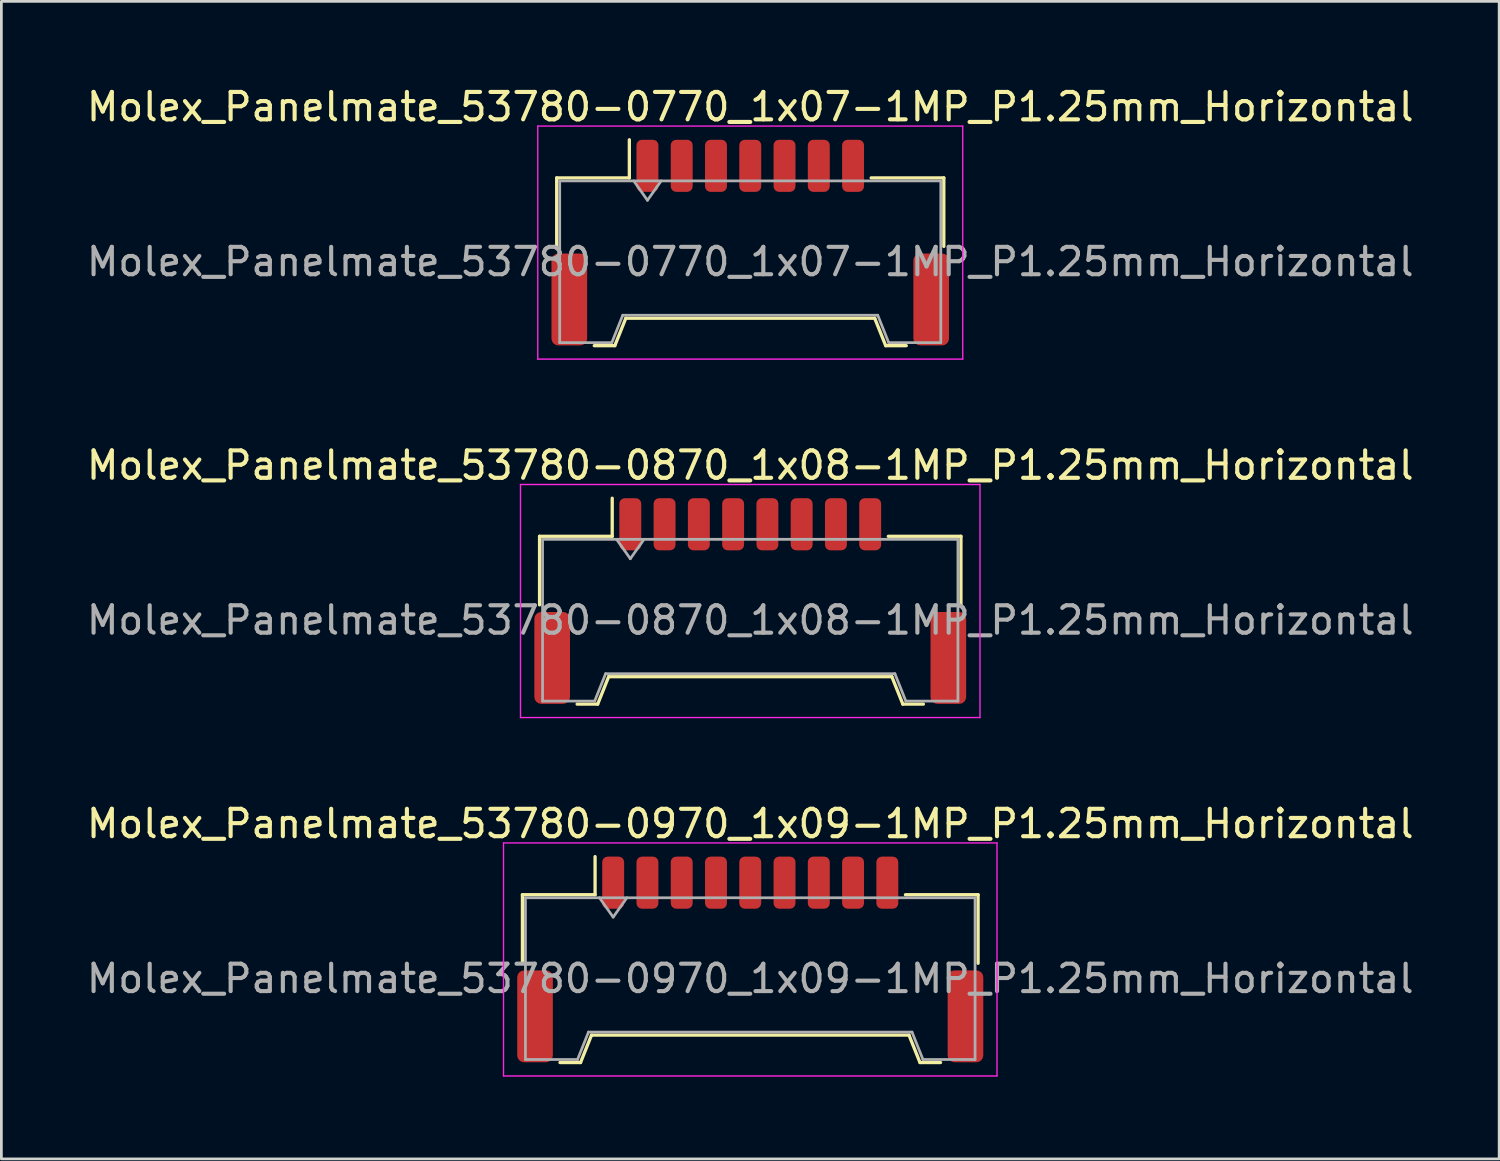
<source format=kicad_pcb>
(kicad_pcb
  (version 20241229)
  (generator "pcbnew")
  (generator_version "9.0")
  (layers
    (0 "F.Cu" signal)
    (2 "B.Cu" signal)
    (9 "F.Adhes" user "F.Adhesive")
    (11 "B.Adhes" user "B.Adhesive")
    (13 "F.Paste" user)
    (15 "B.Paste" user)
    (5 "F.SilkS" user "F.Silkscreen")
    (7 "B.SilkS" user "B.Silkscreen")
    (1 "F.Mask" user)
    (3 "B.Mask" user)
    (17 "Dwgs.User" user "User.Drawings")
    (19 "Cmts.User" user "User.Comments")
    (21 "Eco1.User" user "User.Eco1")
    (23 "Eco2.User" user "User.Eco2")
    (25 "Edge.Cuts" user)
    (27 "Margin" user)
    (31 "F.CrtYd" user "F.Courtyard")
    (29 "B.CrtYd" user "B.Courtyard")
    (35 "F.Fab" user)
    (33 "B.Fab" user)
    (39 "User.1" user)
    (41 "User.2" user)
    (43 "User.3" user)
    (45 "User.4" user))
  (footprint "Molex_Panelmate_53780-0970_1x09-1MP_P1.25mm_Horizontal"
    (layer "F.Cu")
    (at 24.315 31.945)
    (property "Reference" "Molex_Panelmate_53780-0970_1x09-1MP_P1.25mm_Horizontal" (at 0 -4.95 0) (layer "F.SilkS") (effects (font (size 1 1) (thickness 0.15))))
    (attr smd)
    (fp_line (start -8.31 -2.36) (end -5.66 -2.36) (stroke (width 0.12) (type solid)) (layer "F.SilkS"))
    (fp_line (start -8.31 0.14) (end -8.31 -2.36) (stroke (width 0.12) (type solid)) (layer "F.SilkS"))
    (fp_line (start -6.94 3.76) (end -6.19 3.76) (stroke (width 0.12) (type solid)) (layer "F.SilkS"))
    (fp_line (start -6.19 3.76) (end -5.79 2.76) (stroke (width 0.12) (type solid)) (layer "F.SilkS"))
    (fp_line (start -5.79 2.76) (end 5.79 2.76) (stroke (width 0.12) (type solid)) (layer "F.SilkS"))
    (fp_line (start -5.66 -2.36) (end -5.66 -3.75) (stroke (width 0.12) (type solid)) (layer "F.SilkS"))
    (fp_line (start 5.79 2.76) (end 6.19 3.76) (stroke (width 0.12) (type solid)) (layer "F.SilkS"))
    (fp_line (start 6.19 3.76) (end 6.94 3.76) (stroke (width 0.12) (type solid)) (layer "F.SilkS"))
    (fp_line (start 8.31 -2.36) (end 5.66 -2.36) (stroke (width 0.12) (type solid)) (layer "F.SilkS"))
    (fp_line (start 8.31 0.14) (end 8.31 -2.36) (stroke (width 0.12) (type solid)) (layer "F.SilkS"))
    (fp_line (start -9 -4.25) (end -9 4.25) (stroke (width 0.05) (type solid)) (layer "F.CrtYd"))
    (fp_line (start -9 4.25) (end 9 4.25) (stroke (width 0.05) (type solid)) (layer "F.CrtYd"))
    (fp_line (start 9 -4.25) (end -9 -4.25) (stroke (width 0.05) (type solid)) (layer "F.CrtYd"))
    (fp_line (start 9 4.25) (end 9 -4.25) (stroke (width 0.05) (type solid)) (layer "F.CrtYd"))
    (fp_line (start -8.2 -2.25) (end -8.2 3.65) (stroke (width 0.1) (type solid)) (layer "F.Fab"))
    (fp_line (start -8.2 -2.25) (end 8.2 -2.25) (stroke (width 0.1) (type solid)) (layer "F.Fab"))
    (fp_line (start -8.2 3.65) (end -6.3 3.65) (stroke (width 0.1) (type solid)) (layer "F.Fab"))
    (fp_line (start -6.3 3.65) (end -5.9 2.65) (stroke (width 0.1) (type solid)) (layer "F.Fab"))
    (fp_line (start -5.9 2.65) (end 5.9 2.65) (stroke (width 0.1) (type solid)) (layer "F.Fab"))
    (fp_line (start -5.5 -2.25) (end -5 -1.543) (stroke (width 0.1) (type solid)) (layer "F.Fab"))
    (fp_line (start -5 -1.543) (end -4.5 -2.25) (stroke (width 0.1) (type solid)) (layer "F.Fab"))
    (fp_line (start 5.9 2.65) (end 6.3 3.65) (stroke (width 0.1) (type solid)) (layer "F.Fab"))
    (fp_line (start 6.3 3.65) (end 8.2 3.65) (stroke (width 0.1) (type solid)) (layer "F.Fab"))
    (fp_line (start 8.2 -2.25) (end 8.2 3.65) (stroke (width 0.1) (type solid)) (layer "F.Fab"))
    (fp_text user "${REFERENCE}" (at 0 0.7 0) (layer "F.Fab") (effects (font (size 1 1) (thickness 0.15))))
    (pad "1" smd roundrect (at -5 -2.8) (size 0.8 1.9) (layers "F.Cu" "F.Mask" "F.Paste") (roundrect_rratio 0.25))
    (pad "2" smd roundrect (at -3.75 -2.8) (size 0.8 1.9) (layers "F.Cu" "F.Mask" "F.Paste") (roundrect_rratio 0.25))
    (pad "3" smd roundrect (at -2.5 -2.8) (size 0.8 1.9) (layers "F.Cu" "F.Mask" "F.Paste") (roundrect_rratio 0.25))
    (pad "4" smd roundrect (at -1.25 -2.8) (size 0.8 1.9) (layers "F.Cu" "F.Mask" "F.Paste") (roundrect_rratio 0.25))
    (pad "5" smd roundrect (at 0 -2.8) (size 0.8 1.9) (layers "F.Cu" "F.Mask" "F.Paste") (roundrect_rratio 0.25))
    (pad "6" smd roundrect (at 1.25 -2.8) (size 0.8 1.9) (layers "F.Cu" "F.Mask" "F.Paste") (roundrect_rratio 0.25))
    (pad "7" smd roundrect (at 2.5 -2.8) (size 0.8 1.9) (layers "F.Cu" "F.Mask" "F.Paste") (roundrect_rratio 0.25))
    (pad "8" smd roundrect (at 3.75 -2.8) (size 0.8 1.9) (layers "F.Cu" "F.Mask" "F.Paste") (roundrect_rratio 0.25))
    (pad "9" smd roundrect (at 5 -2.8) (size 0.8 1.9) (layers "F.Cu" "F.Mask" "F.Paste") (roundrect_rratio 0.25))
    (pad "MP" smd roundrect (at -7.85 2.075) (size 1.3 3.35) (layers "F.Cu" "F.Mask" "F.Paste") (roundrect_rratio 0.192))
    (pad "MP" smd roundrect (at 7.85 2.075) (size 1.3 3.35) (layers "F.Cu" "F.Mask" "F.Paste") (roundrect_rratio 0.192)))
  (footprint "Molex_Panelmate_53780-0870_1x08-1MP_P1.25mm_Horizontal"
    (layer "F.Cu")
    (at 24.315 18.872)
    (property "Reference" "Molex_Panelmate_53780-0870_1x08-1MP_P1.25mm_Horizontal" (at 0 -4.95 0) (layer "F.SilkS") (effects (font (size 1 1) (thickness 0.15))))
    (attr smd)
    (fp_line (start -7.685 -2.36) (end -5.035 -2.36) (stroke (width 0.12) (type solid)) (layer "F.SilkS"))
    (fp_line (start -7.685 0.14) (end -7.685 -2.36) (stroke (width 0.12) (type solid)) (layer "F.SilkS"))
    (fp_line (start -6.315 3.76) (end -5.565 3.76) (stroke (width 0.12) (type solid)) (layer "F.SilkS"))
    (fp_line (start -5.565 3.76) (end -5.165 2.76) (stroke (width 0.12) (type solid)) (layer "F.SilkS"))
    (fp_line (start -5.165 2.76) (end 5.165 2.76) (stroke (width 0.12) (type solid)) (layer "F.SilkS"))
    (fp_line (start -5.035 -2.36) (end -5.035 -3.75) (stroke (width 0.12) (type solid)) (layer "F.SilkS"))
    (fp_line (start 5.165 2.76) (end 5.565 3.76) (stroke (width 0.12) (type solid)) (layer "F.SilkS"))
    (fp_line (start 5.565 3.76) (end 6.315 3.76) (stroke (width 0.12) (type solid)) (layer "F.SilkS"))
    (fp_line (start 7.685 -2.36) (end 5.035 -2.36) (stroke (width 0.12) (type solid)) (layer "F.SilkS"))
    (fp_line (start 7.685 0.14) (end 7.685 -2.36) (stroke (width 0.12) (type solid)) (layer "F.SilkS"))
    (fp_line (start -8.38 -4.25) (end -8.38 4.25) (stroke (width 0.05) (type solid)) (layer "F.CrtYd"))
    (fp_line (start -8.38 4.25) (end 8.38 4.25) (stroke (width 0.05) (type solid)) (layer "F.CrtYd"))
    (fp_line (start 8.38 -4.25) (end -8.38 -4.25) (stroke (width 0.05) (type solid)) (layer "F.CrtYd"))
    (fp_line (start 8.38 4.25) (end 8.38 -4.25) (stroke (width 0.05) (type solid)) (layer "F.CrtYd"))
    (fp_line (start -7.575 -2.25) (end -7.575 3.65) (stroke (width 0.1) (type solid)) (layer "F.Fab"))
    (fp_line (start -7.575 -2.25) (end 7.575 -2.25) (stroke (width 0.1) (type solid)) (layer "F.Fab"))
    (fp_line (start -7.575 3.65) (end -5.675 3.65) (stroke (width 0.1) (type solid)) (layer "F.Fab"))
    (fp_line (start -5.675 3.65) (end -5.275 2.65) (stroke (width 0.1) (type solid)) (layer "F.Fab"))
    (fp_line (start -5.275 2.65) (end 5.275 2.65) (stroke (width 0.1) (type solid)) (layer "F.Fab"))
    (fp_line (start -4.875 -2.25) (end -4.375 -1.543) (stroke (width 0.1) (type solid)) (layer "F.Fab"))
    (fp_line (start -4.375 -1.543) (end -3.875 -2.25) (stroke (width 0.1) (type solid)) (layer "F.Fab"))
    (fp_line (start 5.275 2.65) (end 5.675 3.65) (stroke (width 0.1) (type solid)) (layer "F.Fab"))
    (fp_line (start 5.675 3.65) (end 7.575 3.65) (stroke (width 0.1) (type solid)) (layer "F.Fab"))
    (fp_line (start 7.575 -2.25) (end 7.575 3.65) (stroke (width 0.1) (type solid)) (layer "F.Fab"))
    (fp_text user "${REFERENCE}" (at 0 0.7 0) (layer "F.Fab") (effects (font (size 1 1) (thickness 0.15))))
    (pad "1" smd roundrect (at -4.375 -2.8) (size 0.8 1.9) (layers "F.Cu" "F.Mask" "F.Paste") (roundrect_rratio 0.25))
    (pad "2" smd roundrect (at -3.125 -2.8) (size 0.8 1.9) (layers "F.Cu" "F.Mask" "F.Paste") (roundrect_rratio 0.25))
    (pad "3" smd roundrect (at -1.875 -2.8) (size 0.8 1.9) (layers "F.Cu" "F.Mask" "F.Paste") (roundrect_rratio 0.25))
    (pad "4" smd roundrect (at -0.625 -2.8) (size 0.8 1.9) (layers "F.Cu" "F.Mask" "F.Paste") (roundrect_rratio 0.25))
    (pad "5" smd roundrect (at 0.625 -2.8) (size 0.8 1.9) (layers "F.Cu" "F.Mask" "F.Paste") (roundrect_rratio 0.25))
    (pad "6" smd roundrect (at 1.875 -2.8) (size 0.8 1.9) (layers "F.Cu" "F.Mask" "F.Paste") (roundrect_rratio 0.25))
    (pad "7" smd roundrect (at 3.125 -2.8) (size 0.8 1.9) (layers "F.Cu" "F.Mask" "F.Paste") (roundrect_rratio 0.25))
    (pad "8" smd roundrect (at 4.375 -2.8) (size 0.8 1.9) (layers "F.Cu" "F.Mask" "F.Paste") (roundrect_rratio 0.25))
    (pad "MP" smd roundrect (at -7.225 2.075) (size 1.3 3.35) (layers "F.Cu" "F.Mask" "F.Paste") (roundrect_rratio 0.192))
    (pad "MP" smd roundrect (at 7.225 2.075) (size 1.3 3.35) (layers "F.Cu" "F.Mask" "F.Paste") (roundrect_rratio 0.192)))
  (footprint "Molex_Panelmate_53780-0770_1x07-1MP_P1.25mm_Horizontal"
    (layer "F.Cu")
    (at 24.315 5.798)
    (property "Reference" "Molex_Panelmate_53780-0770_1x07-1MP_P1.25mm_Horizontal" (at 0 -4.95 0) (layer "F.SilkS") (effects (font (size 1 1) (thickness 0.15))))
    (attr smd)
    (fp_line (start -7.06 -2.36) (end -4.41 -2.36) (stroke (width 0.12) (type solid)) (layer "F.SilkS"))
    (fp_line (start -7.06 0.14) (end -7.06 -2.36) (stroke (width 0.12) (type solid)) (layer "F.SilkS"))
    (fp_line (start -5.69 3.76) (end -4.94 3.76) (stroke (width 0.12) (type solid)) (layer "F.SilkS"))
    (fp_line (start -4.94 3.76) (end -4.54 2.76) (stroke (width 0.12) (type solid)) (layer "F.SilkS"))
    (fp_line (start -4.54 2.76) (end 4.54 2.76) (stroke (width 0.12) (type solid)) (layer "F.SilkS"))
    (fp_line (start -4.41 -2.36) (end -4.41 -3.75) (stroke (width 0.12) (type solid)) (layer "F.SilkS"))
    (fp_line (start 4.54 2.76) (end 4.94 3.76) (stroke (width 0.12) (type solid)) (layer "F.SilkS"))
    (fp_line (start 4.94 3.76) (end 5.69 3.76) (stroke (width 0.12) (type solid)) (layer "F.SilkS"))
    (fp_line (start 7.06 -2.36) (end 4.41 -2.36) (stroke (width 0.12) (type solid)) (layer "F.SilkS"))
    (fp_line (start 7.06 0.14) (end 7.06 -2.36) (stroke (width 0.12) (type solid)) (layer "F.SilkS"))
    (fp_line (start -7.75 -4.25) (end -7.75 4.25) (stroke (width 0.05) (type solid)) (layer "F.CrtYd"))
    (fp_line (start -7.75 4.25) (end 7.75 4.25) (stroke (width 0.05) (type solid)) (layer "F.CrtYd"))
    (fp_line (start 7.75 -4.25) (end -7.75 -4.25) (stroke (width 0.05) (type solid)) (layer "F.CrtYd"))
    (fp_line (start 7.75 4.25) (end 7.75 -4.25) (stroke (width 0.05) (type solid)) (layer "F.CrtYd"))
    (fp_line (start -6.95 -2.25) (end -6.95 3.65) (stroke (width 0.1) (type solid)) (layer "F.Fab"))
    (fp_line (start -6.95 -2.25) (end 6.95 -2.25) (stroke (width 0.1) (type solid)) (layer "F.Fab"))
    (fp_line (start -6.95 3.65) (end -5.05 3.65) (stroke (width 0.1) (type solid)) (layer "F.Fab"))
    (fp_line (start -5.05 3.65) (end -4.65 2.65) (stroke (width 0.1) (type solid)) (layer "F.Fab"))
    (fp_line (start -4.65 2.65) (end 4.65 2.65) (stroke (width 0.1) (type solid)) (layer "F.Fab"))
    (fp_line (start -4.25 -2.25) (end -3.75 -1.543) (stroke (width 0.1) (type solid)) (layer "F.Fab"))
    (fp_line (start -3.75 -1.543) (end -3.25 -2.25) (stroke (width 0.1) (type solid)) (layer "F.Fab"))
    (fp_line (start 4.65 2.65) (end 5.05 3.65) (stroke (width 0.1) (type solid)) (layer "F.Fab"))
    (fp_line (start 5.05 3.65) (end 6.95 3.65) (stroke (width 0.1) (type solid)) (layer "F.Fab"))
    (fp_line (start 6.95 -2.25) (end 6.95 3.65) (stroke (width 0.1) (type solid)) (layer "F.Fab"))
    (fp_text user "${REFERENCE}" (at 0 0.7 0) (layer "F.Fab") (effects (font (size 1 1) (thickness 0.15))))
    (pad "1" smd roundrect (at -3.75 -2.8) (size 0.8 1.9) (layers "F.Cu" "F.Mask" "F.Paste") (roundrect_rratio 0.25))
    (pad "2" smd roundrect (at -2.5 -2.8) (size 0.8 1.9) (layers "F.Cu" "F.Mask" "F.Paste") (roundrect_rratio 0.25))
    (pad "3" smd roundrect (at -1.25 -2.8) (size 0.8 1.9) (layers "F.Cu" "F.Mask" "F.Paste") (roundrect_rratio 0.25))
    (pad "4" smd roundrect (at 0 -2.8) (size 0.8 1.9) (layers "F.Cu" "F.Mask" "F.Paste") (roundrect_rratio 0.25))
    (pad "5" smd roundrect (at 1.25 -2.8) (size 0.8 1.9) (layers "F.Cu" "F.Mask" "F.Paste") (roundrect_rratio 0.25))
    (pad "6" smd roundrect (at 2.5 -2.8) (size 0.8 1.9) (layers "F.Cu" "F.Mask" "F.Paste") (roundrect_rratio 0.25))
    (pad "7" smd roundrect (at 3.75 -2.8) (size 0.8 1.9) (layers "F.Cu" "F.Mask" "F.Paste") (roundrect_rratio 0.25))
    (pad "MP" smd roundrect (at -6.6 2.075) (size 1.3 3.35) (layers "F.Cu" "F.Mask" "F.Paste") (roundrect_rratio 0.192))
    (pad "MP" smd roundrect (at 6.6 2.075) (size 1.3 3.35) (layers "F.Cu" "F.Mask" "F.Paste") (roundrect_rratio 0.192)))
  (gr_rect
    (start -3 -3)
    (end 51.631 39.22)
    (stroke (width 0.1) (type default))
    (fill no)
    (layer "Edge.Cuts")))
</source>
